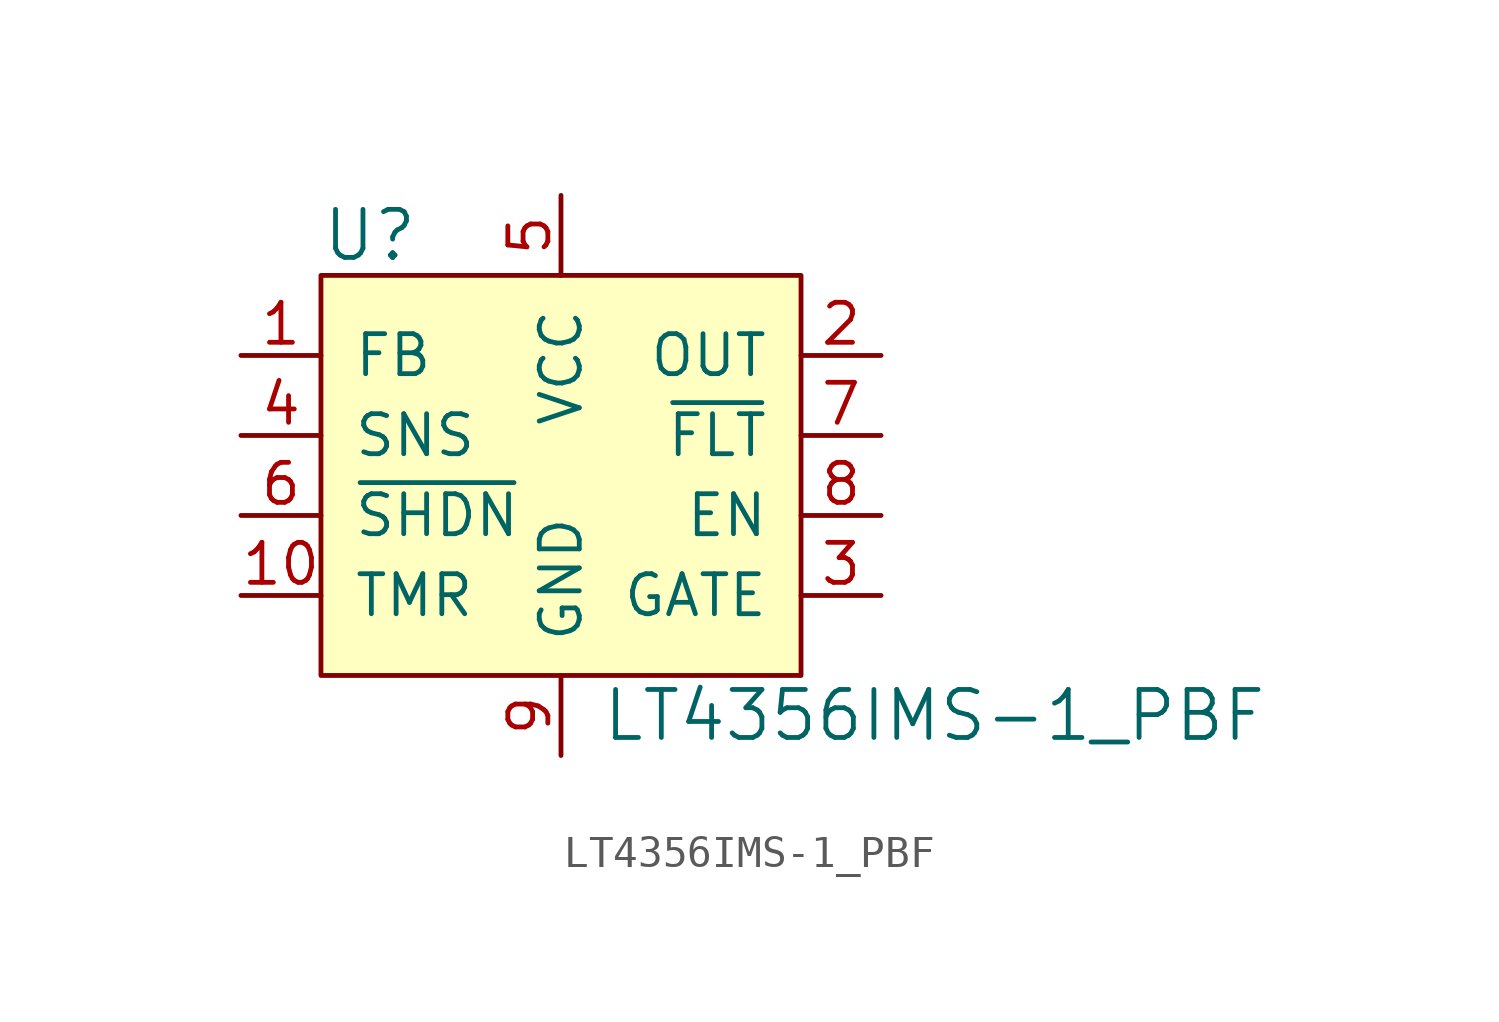
<source format=kicad_sym>
(kicad_symbol_lib
  (version 20220914)
  (generator kicad_symbol_editor)
  (symbol "LT4356IMS-1_PBF"
    (pin_names
      (offset 1.016))
    (property "Reference" "U"
      (at -5.08 3.81 0)
      (effects (font (size 1.524 1.524)) (justify left)))
    (property "Value" "LT4356IMS-1_PBF"
      (at 3.81 -11.43 0)
      (effects (font (size 1.524 1.524)) (justify left)))
    (symbol "LT4356IMS-1_PBF_0_1"
      (rectangle (start -5.08 2.54) (end 10.16 -10.16) (stroke (width 0) (type default)) (fill (type background))))
    (symbol "LT4356IMS-1_PBF_1_1"
      (pin input line (at -7.62 0 0) (length 2.54) (name "FB" (effects (font (size 1.27 1.27)))) (number "1" (effects (font (size 1.27 1.27)))))
      (pin passive line (at -7.62 -7.62 0) (length 2.54) (name "TMR" (effects (font (size 1.27 1.27)))) (number "10" (effects (font (size 1.27 1.27)))))
      (pin output line (at 12.7 0 180) (length 2.54) (name "OUT" (effects (font (size 1.27 1.27)))) (number "2" (effects (font (size 1.27 1.27)))))
      (pin input line (at 12.7 -7.62 180) (length 2.54) (name "GATE" (effects (font (size 1.27 1.27)))) (number "3" (effects (font (size 1.27 1.27)))))
      (pin passive line (at -7.62 -2.54 0) (length 2.54) (name "SNS" (effects (font (size 1.27 1.27)))) (number "4" (effects (font (size 1.27 1.27)))))
      (pin power_in line (at 2.54 5.08 270) (length 2.54) (name "VCC" (effects (font (size 1.27 1.27)))) (number "5" (effects (font (size 1.27 1.27)))))
      (pin input line (at -7.62 -5.08 0) (length 2.54) (name "~{SHDN}" (effects (font (size 1.27 1.27)))) (number "6" (effects (font (size 1.27 1.27)))))
      (pin output line (at 12.7 -2.54 180) (length 2.54) (name "~{FLT}" (effects (font (size 1.27 1.27)))) (number "7" (effects (font (size 1.27 1.27)))))
      (pin output line (at 12.7 -5.08 180) (length 2.54) (name "EN" (effects (font (size 1.27 1.27)))) (number "8" (effects (font (size 1.27 1.27)))))
      (pin power_in line (at 2.54 -12.7 90) (length 2.54) (name "GND" (effects (font (size 1.27 1.27)))) (number "9" (effects (font (size 1.27 1.27))))))))
</source>
